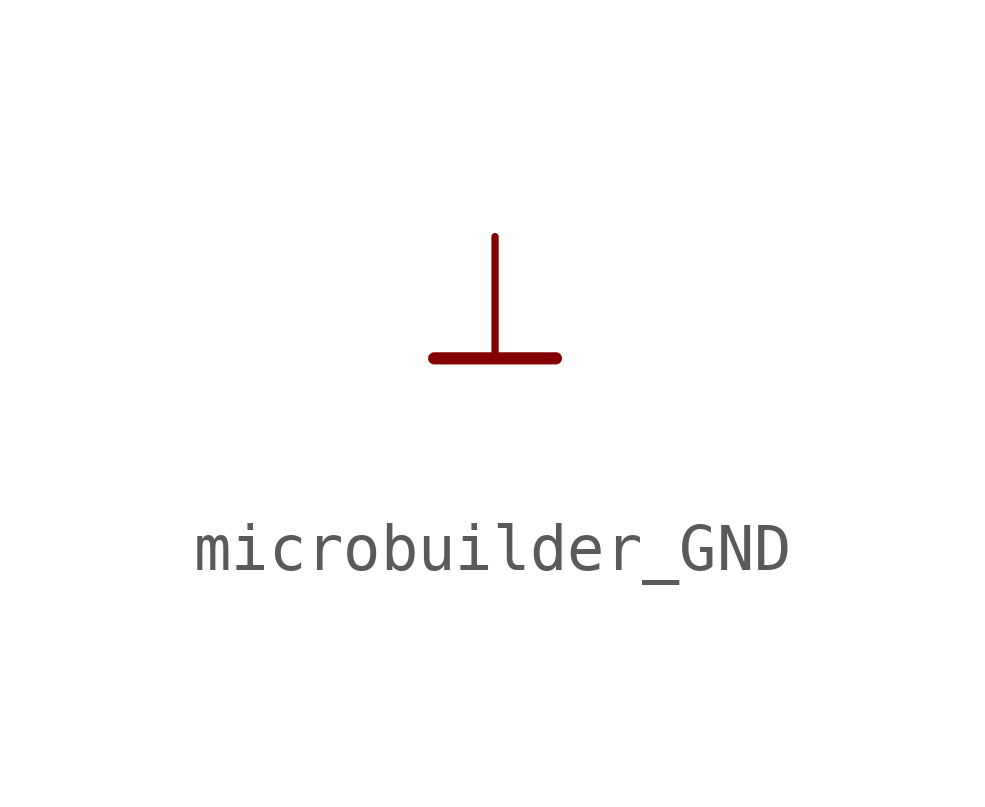
<source format=kicad_sym>
(kicad_symbol_lib
  (version 20241209)
  (generator "kicad_symbol_editor")
  (generator_version "9.0")
  (symbol "microbuilder_GND"
    (power)
    (property "Reference" ""
      (at 0 0 0)
      (effects (font (size 1.27 1.27)) (hide yes)))
    (property "Value" ""
      (at -1.524 -2.54 0)
      (effects (font (size 1.27 1.079)) (justify left bottom)))
    (property "ki_locked" ""
      (at 0 0 0)
      (effects (font (size 1.27 1.27))))
    (symbol "microbuilder_GND_1_0"
      (polyline (pts (xy -1.27 0) (xy 1.27 0)) (stroke (width 0.254) (type solid)) (fill (type none)))
      (pin power_in line (at 0 2.54 270) (length 2.54) (name "GND" (effects (font (size 0 0)))) (number "1" (effects (font (size 0 0))))))))
</source>
